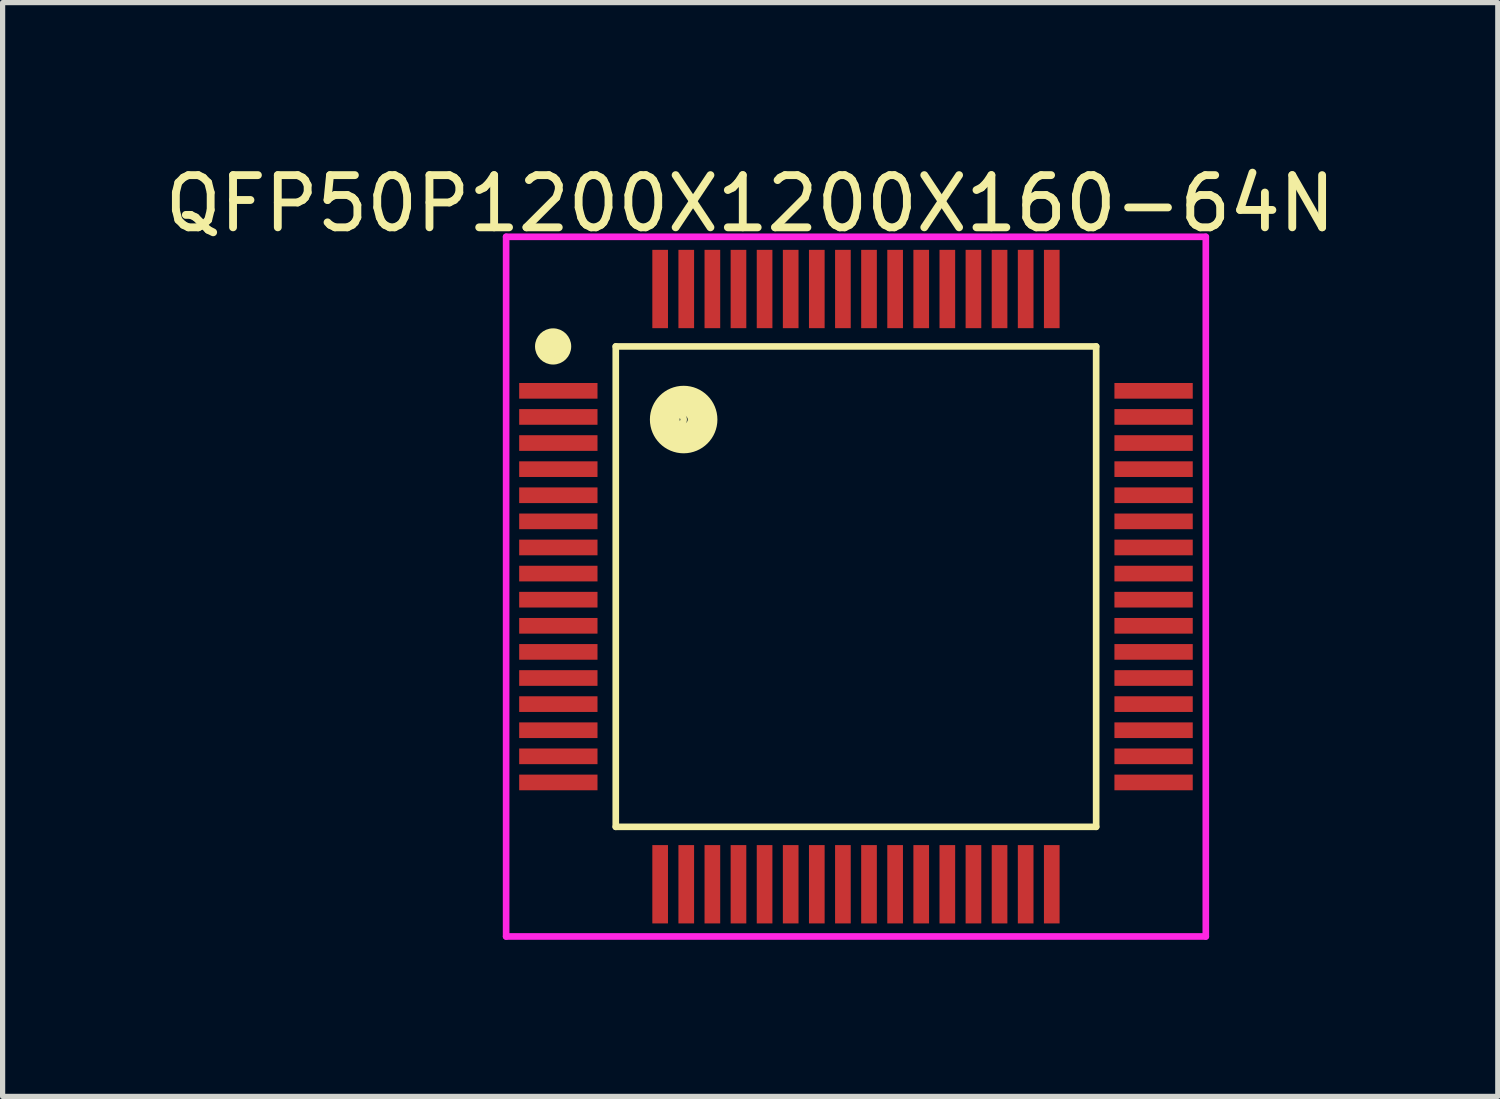
<source format=kicad_pcb>
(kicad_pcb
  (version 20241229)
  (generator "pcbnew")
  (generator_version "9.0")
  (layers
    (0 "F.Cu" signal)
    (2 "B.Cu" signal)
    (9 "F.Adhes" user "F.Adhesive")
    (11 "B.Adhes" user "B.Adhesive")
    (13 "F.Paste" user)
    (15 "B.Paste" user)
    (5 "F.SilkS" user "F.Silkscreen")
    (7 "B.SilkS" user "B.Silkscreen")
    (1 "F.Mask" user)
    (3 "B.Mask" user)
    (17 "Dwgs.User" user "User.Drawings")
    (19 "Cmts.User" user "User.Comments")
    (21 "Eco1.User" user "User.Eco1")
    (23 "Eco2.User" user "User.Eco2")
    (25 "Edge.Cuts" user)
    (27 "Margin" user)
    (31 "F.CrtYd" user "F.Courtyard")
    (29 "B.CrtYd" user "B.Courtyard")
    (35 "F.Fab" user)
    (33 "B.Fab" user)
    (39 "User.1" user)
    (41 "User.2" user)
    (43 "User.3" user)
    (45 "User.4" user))
  (footprint "QFP50P1200X1200X160-64N"
    (layer "F.Cu")
    (at 13.343 8.185)
    (property "Reference" "QFP50P1200X1200X160-64N" (at -2.025 -7.336 0) (layer "F.SilkS") (effects (font (size 1 1) (thickness 0.15))))
    (attr smd)
    (fp_line (start -4.6 -4.6) (end 4.6 -4.6) (stroke (width 0.127) (type solid)) (layer "F.SilkS"))
    (fp_line (start -4.6 4.6) (end -4.6 -4.6) (stroke (width 0.127) (type solid)) (layer "F.SilkS"))
    (fp_line (start 4.6 -4.6) (end 4.6 4.6) (stroke (width 0.127) (type solid)) (layer "F.SilkS"))
    (fp_line (start 4.6 4.6) (end -4.6 4.6) (stroke (width 0.127) (type solid)) (layer "F.SilkS"))
    (fp_circle (center -5.9 -4.6) (end -5.8 -4.6) (stroke (width 0.127) (type solid)) (fill no) (layer "F.SilkS"))
    (fp_circle (center -5.8 -4.6) (end -5.7 -4.6) (stroke (width 0.127) (type solid)) (fill no) (layer "F.SilkS"))
    (fp_circle (center -5.8 -4.6) (end -5.659 -4.6) (stroke (width 0.127) (type solid)) (fill no) (layer "F.SilkS"))
    (fp_circle (center -5.8 -4.6) (end -5.659 -4.6) (stroke (width 0.127) (type solid)) (fill no) (layer "F.SilkS"))
    (fp_circle (center -5.8 -4.6) (end -5.576 -4.6) (stroke (width 0.127) (type solid)) (fill no) (layer "F.SilkS"))
    (fp_circle (center -5.8 -4.6) (end -5.517 -4.6) (stroke (width 0.127) (type solid)) (fill no) (layer "F.SilkS"))
    (fp_circle (center -3.4 -3.2) (end -3.3 -3.2) (stroke (width 0.127) (type solid)) (fill no) (layer "F.SilkS"))
    (fp_circle (center -3.3 -3.2) (end -3.159 -3.2) (stroke (width 0.127) (type solid)) (fill no) (layer "F.SilkS"))
    (fp_circle (center -3.3 -3.2) (end -3.076 -3.2) (stroke (width 0.127) (type solid)) (fill no) (layer "F.SilkS"))
    (fp_circle (center -3.3 -3.2) (end -3.017 -3.2) (stroke (width 0.127) (type solid)) (fill no) (layer "F.SilkS"))
    (fp_circle (center -3.3 -3.2) (end -2.939 -3.2) (stroke (width 0.127) (type solid)) (fill no) (layer "F.SilkS"))
    (fp_circle (center -3.3 -3.2) (end -2.876 -3.2) (stroke (width 0.127) (type solid)) (fill no) (layer "F.SilkS"))
    (fp_circle (center -3.3 -3.2) (end -2.8 -3.2) (stroke (width 0.127) (type solid)) (fill no) (layer "F.SilkS"))
    (fp_circle (center -3.3 -3.2) (end -2.734 -3.2) (stroke (width 0.127) (type solid)) (fill no) (layer "F.SilkS"))
    (fp_circle (center -3.3 -3.2) (end -2.717 -3.2) (stroke (width 0.127) (type solid)) (fill no) (layer "F.SilkS"))
    (fp_line (start -6.7 -6.7) (end 6.7 -6.7) (stroke (width 0.127) (type solid)) (layer "F.CrtYd"))
    (fp_line (start -6.7 6.7) (end -6.7 -6.7) (stroke (width 0.127) (type solid)) (layer "F.CrtYd"))
    (fp_line (start 6.7 -6.7) (end 6.7 6.7) (stroke (width 0.127) (type solid)) (layer "F.CrtYd"))
    (fp_line (start 6.7 6.7) (end -6.7 6.7) (stroke (width 0.127) (type solid)) (layer "F.CrtYd"))
    (pad "1" smd rect (at -5.7 -3.75) (size 1.5 0.3) (layers "F.Cu" "F.Mask" "F.Paste"))
    (pad "2" smd rect (at -5.7 -3.25) (size 1.5 0.3) (layers "F.Cu" "F.Mask" "F.Paste"))
    (pad "3" smd rect (at -5.7 -2.75) (size 1.5 0.3) (layers "F.Cu" "F.Mask" "F.Paste"))
    (pad "4" smd rect (at -5.7 -2.25) (size 1.5 0.3) (layers "F.Cu" "F.Mask" "F.Paste"))
    (pad "5" smd rect (at -5.7 -1.75) (size 1.5 0.3) (layers "F.Cu" "F.Mask" "F.Paste"))
    (pad "6" smd rect (at -5.7 -1.25) (size 1.5 0.3) (layers "F.Cu" "F.Mask" "F.Paste"))
    (pad "7" smd rect (at -5.7 -0.75) (size 1.5 0.3) (layers "F.Cu" "F.Mask" "F.Paste"))
    (pad "8" smd rect (at -5.7 -0.25) (size 1.5 0.3) (layers "F.Cu" "F.Mask" "F.Paste"))
    (pad "9" smd rect (at -5.7 0.25) (size 1.5 0.3) (layers "F.Cu" "F.Mask" "F.Paste"))
    (pad "10" smd rect (at -5.7 0.75) (size 1.5 0.3) (layers "F.Cu" "F.Mask" "F.Paste"))
    (pad "11" smd rect (at -5.7 1.25) (size 1.5 0.3) (layers "F.Cu" "F.Mask" "F.Paste"))
    (pad "12" smd rect (at -5.7 1.75) (size 1.5 0.3) (layers "F.Cu" "F.Mask" "F.Paste"))
    (pad "13" smd rect (at -5.7 2.25) (size 1.5 0.3) (layers "F.Cu" "F.Mask" "F.Paste"))
    (pad "14" smd rect (at -5.7 2.75) (size 1.5 0.3) (layers "F.Cu" "F.Mask" "F.Paste"))
    (pad "15" smd rect (at -5.7 3.25) (size 1.5 0.3) (layers "F.Cu" "F.Mask" "F.Paste"))
    (pad "16" smd rect (at -5.7 3.75) (size 1.5 0.3) (layers "F.Cu" "F.Mask" "F.Paste"))
    (pad "17" smd rect (at -3.75 5.7 90) (size 1.5 0.3) (layers "F.Cu" "F.Mask" "F.Paste"))
    (pad "18" smd rect (at -3.25 5.7 90) (size 1.5 0.3) (layers "F.Cu" "F.Mask" "F.Paste"))
    (pad "19" smd rect (at -2.75 5.7 90) (size 1.5 0.3) (layers "F.Cu" "F.Mask" "F.Paste"))
    (pad "20" smd rect (at -2.25 5.7 90) (size 1.5 0.3) (layers "F.Cu" "F.Mask" "F.Paste"))
    (pad "21" smd rect (at -1.75 5.7 90) (size 1.5 0.3) (layers "F.Cu" "F.Mask" "F.Paste"))
    (pad "22" smd rect (at -1.25 5.7 90) (size 1.5 0.3) (layers "F.Cu" "F.Mask" "F.Paste"))
    (pad "23" smd rect (at -0.75 5.7 90) (size 1.5 0.3) (layers "F.Cu" "F.Mask" "F.Paste"))
    (pad "24" smd rect (at -0.25 5.7 90) (size 1.5 0.3) (layers "F.Cu" "F.Mask" "F.Paste"))
    (pad "25" smd rect (at 0.25 5.7 90) (size 1.5 0.3) (layers "F.Cu" "F.Mask" "F.Paste"))
    (pad "26" smd rect (at 0.75 5.7 90) (size 1.5 0.3) (layers "F.Cu" "F.Mask" "F.Paste"))
    (pad "27" smd rect (at 1.25 5.7 90) (size 1.5 0.3) (layers "F.Cu" "F.Mask" "F.Paste"))
    (pad "28" smd rect (at 1.75 5.7 90) (size 1.5 0.3) (layers "F.Cu" "F.Mask" "F.Paste"))
    (pad "29" smd rect (at 2.25 5.7 90) (size 1.5 0.3) (layers "F.Cu" "F.Mask" "F.Paste"))
    (pad "30" smd rect (at 2.75 5.7 90) (size 1.5 0.3) (layers "F.Cu" "F.Mask" "F.Paste"))
    (pad "31" smd rect (at 3.25 5.7 90) (size 1.5 0.3) (layers "F.Cu" "F.Mask" "F.Paste"))
    (pad "32" smd rect (at 3.75 5.7 90) (size 1.5 0.3) (layers "F.Cu" "F.Mask" "F.Paste"))
    (pad "33" smd rect (at 5.7 3.75 180) (size 1.5 0.3) (layers "F.Cu" "F.Mask" "F.Paste"))
    (pad "34" smd rect (at 5.7 3.25 180) (size 1.5 0.3) (layers "F.Cu" "F.Mask" "F.Paste"))
    (pad "35" smd rect (at 5.7 2.75 180) (size 1.5 0.3) (layers "F.Cu" "F.Mask" "F.Paste"))
    (pad "36" smd rect (at 5.7 2.25 180) (size 1.5 0.3) (layers "F.Cu" "F.Mask" "F.Paste"))
    (pad "37" smd rect (at 5.7 1.75 180) (size 1.5 0.3) (layers "F.Cu" "F.Mask" "F.Paste"))
    (pad "38" smd rect (at 5.7 1.25 180) (size 1.5 0.3) (layers "F.Cu" "F.Mask" "F.Paste"))
    (pad "39" smd rect (at 5.7 0.75 180) (size 1.5 0.3) (layers "F.Cu" "F.Mask" "F.Paste"))
    (pad "40" smd rect (at 5.7 0.25 180) (size 1.5 0.3) (layers "F.Cu" "F.Mask" "F.Paste"))
    (pad "41" smd rect (at 5.7 -0.25 180) (size 1.5 0.3) (layers "F.Cu" "F.Mask" "F.Paste"))
    (pad "42" smd rect (at 5.7 -0.75 180) (size 1.5 0.3) (layers "F.Cu" "F.Mask" "F.Paste"))
    (pad "43" smd rect (at 5.7 -1.25 180) (size 1.5 0.3) (layers "F.Cu" "F.Mask" "F.Paste"))
    (pad "44" smd rect (at 5.7 -1.75 180) (size 1.5 0.3) (layers "F.Cu" "F.Mask" "F.Paste"))
    (pad "45" smd rect (at 5.7 -2.25 180) (size 1.5 0.3) (layers "F.Cu" "F.Mask" "F.Paste"))
    (pad "46" smd rect (at 5.7 -2.75 180) (size 1.5 0.3) (layers "F.Cu" "F.Mask" "F.Paste"))
    (pad "47" smd rect (at 5.7 -3.25 180) (size 1.5 0.3) (layers "F.Cu" "F.Mask" "F.Paste"))
    (pad "48" smd rect (at 5.7 -3.75 180) (size 1.5 0.3) (layers "F.Cu" "F.Mask" "F.Paste"))
    (pad "49" smd rect (at 3.75 -5.7 270) (size 1.5 0.3) (layers "F.Cu" "F.Mask" "F.Paste"))
    (pad "50" smd rect (at 3.25 -5.7 270) (size 1.5 0.3) (layers "F.Cu" "F.Mask" "F.Paste"))
    (pad "51" smd rect (at 2.75 -5.7 270) (size 1.5 0.3) (layers "F.Cu" "F.Mask" "F.Paste"))
    (pad "52" smd rect (at 2.25 -5.7 270) (size 1.5 0.3) (layers "F.Cu" "F.Mask" "F.Paste"))
    (pad "53" smd rect (at 1.75 -5.7 270) (size 1.5 0.3) (layers "F.Cu" "F.Mask" "F.Paste"))
    (pad "54" smd rect (at 1.25 -5.7 270) (size 1.5 0.3) (layers "F.Cu" "F.Mask" "F.Paste"))
    (pad "55" smd rect (at 0.75 -5.7 270) (size 1.5 0.3) (layers "F.Cu" "F.Mask" "F.Paste"))
    (pad "56" smd rect (at 0.25 -5.7 270) (size 1.5 0.3) (layers "F.Cu" "F.Mask" "F.Paste"))
    (pad "57" smd rect (at -0.25 -5.7 270) (size 1.5 0.3) (layers "F.Cu" "F.Mask" "F.Paste"))
    (pad "58" smd rect (at -0.75 -5.7 270) (size 1.5 0.3) (layers "F.Cu" "F.Mask" "F.Paste"))
    (pad "59" smd rect (at -1.25 -5.7 270) (size 1.5 0.3) (layers "F.Cu" "F.Mask" "F.Paste"))
    (pad "60" smd rect (at -1.75 -5.7 270) (size 1.5 0.3) (layers "F.Cu" "F.Mask" "F.Paste"))
    (pad "61" smd rect (at -2.25 -5.7 270) (size 1.5 0.3) (layers "F.Cu" "F.Mask" "F.Paste"))
    (pad "62" smd rect (at -2.75 -5.7 270) (size 1.5 0.3) (layers "F.Cu" "F.Mask" "F.Paste"))
    (pad "63" smd rect (at -3.25 -5.7 270) (size 1.5 0.3) (layers "F.Cu" "F.Mask" "F.Paste"))
    (pad "64" smd rect (at -3.75 -5.7 270) (size 1.5 0.3) (layers "F.Cu" "F.Mask" "F.Paste")))
  (gr_rect
    (start -3 -3)
    (end 25.635 17.948)
    (stroke (width 0.1) (type default))
    (fill no)
    (layer "Edge.Cuts")))
</source>
